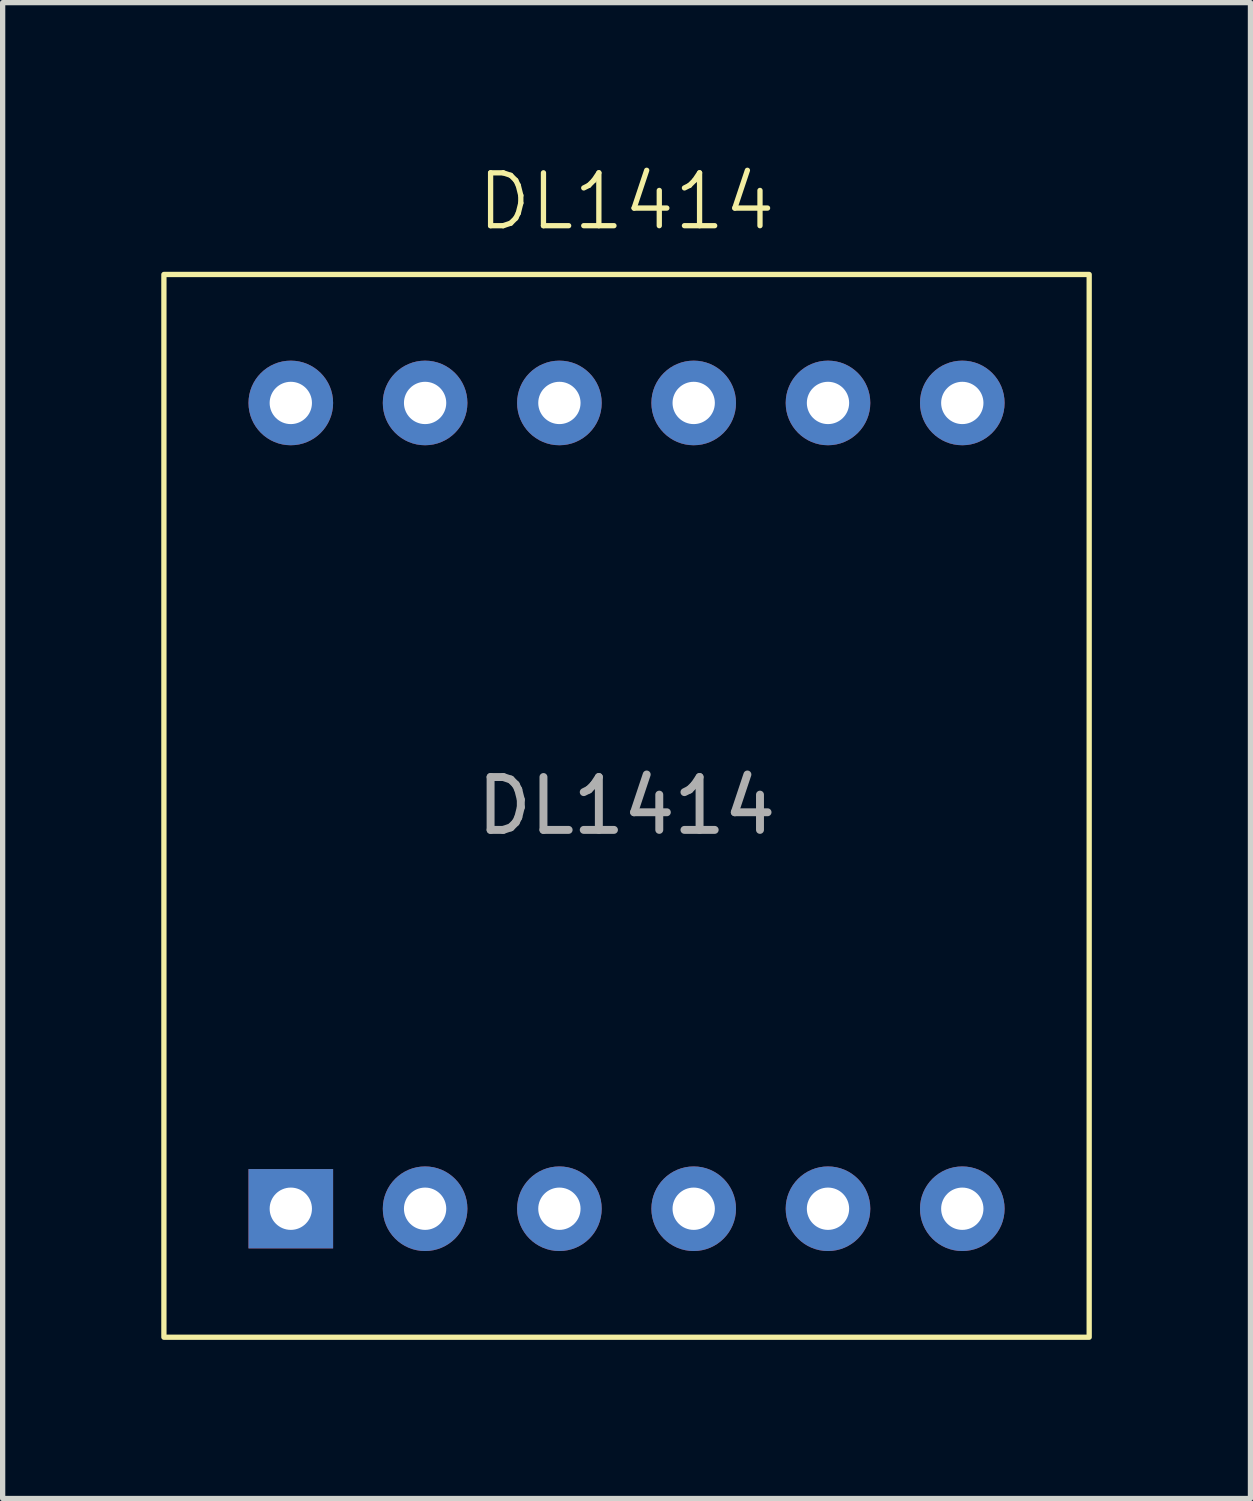
<source format=kicad_pcb>
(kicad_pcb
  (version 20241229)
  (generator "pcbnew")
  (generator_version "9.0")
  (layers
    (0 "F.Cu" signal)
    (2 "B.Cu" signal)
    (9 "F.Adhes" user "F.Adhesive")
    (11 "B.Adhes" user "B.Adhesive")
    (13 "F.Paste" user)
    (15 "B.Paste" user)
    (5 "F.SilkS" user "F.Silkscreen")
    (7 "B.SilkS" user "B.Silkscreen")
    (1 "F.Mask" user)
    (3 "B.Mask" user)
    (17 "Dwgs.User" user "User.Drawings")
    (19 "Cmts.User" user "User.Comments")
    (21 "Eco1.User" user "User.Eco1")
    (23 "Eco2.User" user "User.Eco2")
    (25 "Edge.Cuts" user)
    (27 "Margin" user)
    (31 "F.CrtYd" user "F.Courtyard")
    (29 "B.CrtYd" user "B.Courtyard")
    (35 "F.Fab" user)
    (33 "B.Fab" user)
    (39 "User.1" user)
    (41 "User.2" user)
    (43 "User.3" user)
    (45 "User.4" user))
  (footprint "DL1414"
    (layer "F.Cu")
    (at 8.8 12.191)
    (property "Reference" "DL1414" (at 0 -11.43 0) (unlocked yes) (layer "F.SilkS") (effects (font (size 1 1) (thickness 0.1))))
    (attr through_hole)
    (fp_rect (start -8.75 -10.05) (end 8.75 10.05) (stroke (width 0.1) (type solid)) (fill no) (layer "F.SilkS"))
    (fp_text user "${REFERENCE}" (at 0 0 0) (unlocked yes) (layer "F.Fab") (effects (font (size 1 1) (thickness 0.15))))
    (pad "1" thru_hole rect (at -6.35 7.62) (size 1.6 1.5) (drill 0.8) (layers "*.Cu" "*.Mask"))
    (pad "2" thru_hole circle (at -3.81 7.62) (size 1.6 1.6) (drill 0.8) (layers "*.Cu" "*.Mask"))
    (pad "3" thru_hole circle (at -1.27 7.62) (size 1.6 1.6) (drill 0.8) (layers "*.Cu" "*.Mask"))
    (pad "4" thru_hole circle (at 1.27 7.62) (size 1.6 1.6) (drill 0.8) (layers "*.Cu" "*.Mask"))
    (pad "5" thru_hole circle (at 3.81 7.62) (size 1.6 1.6) (drill 0.8) (layers "*.Cu" "*.Mask"))
    (pad "6" thru_hole circle (at 6.35 7.62) (size 1.6 1.6) (drill 0.8) (layers "*.Cu" "*.Mask"))
    (pad "7" thru_hole circle (at 6.35 -7.62) (size 1.6 1.6) (drill 0.8) (layers "*.Cu" "*.Mask"))
    (pad "8" thru_hole circle (at 3.81 -7.62) (size 1.6 1.6) (drill 0.8) (layers "*.Cu" "*.Mask"))
    (pad "9" thru_hole circle (at 1.27 -7.62) (size 1.6 1.6) (drill 0.8) (layers "*.Cu" "*.Mask"))
    (pad "10" thru_hole circle (at -1.27 -7.62) (size 1.6 1.6) (drill 0.8) (layers "*.Cu" "*.Mask"))
    (pad "11" thru_hole circle (at -3.81 -7.62) (size 1.6 1.6) (drill 0.8) (layers "*.Cu" "*.Mask"))
    (pad "12" thru_hole circle (at -6.35 -7.62) (size 1.6 1.6) (drill 0.8) (layers "*.Cu" "*.Mask")))
  (gr_rect
    (start -3 -3)
    (end 20.6 25.291)
    (stroke (width 0.1) (type default))
    (fill no)
    (layer "Edge.Cuts")))
</source>
